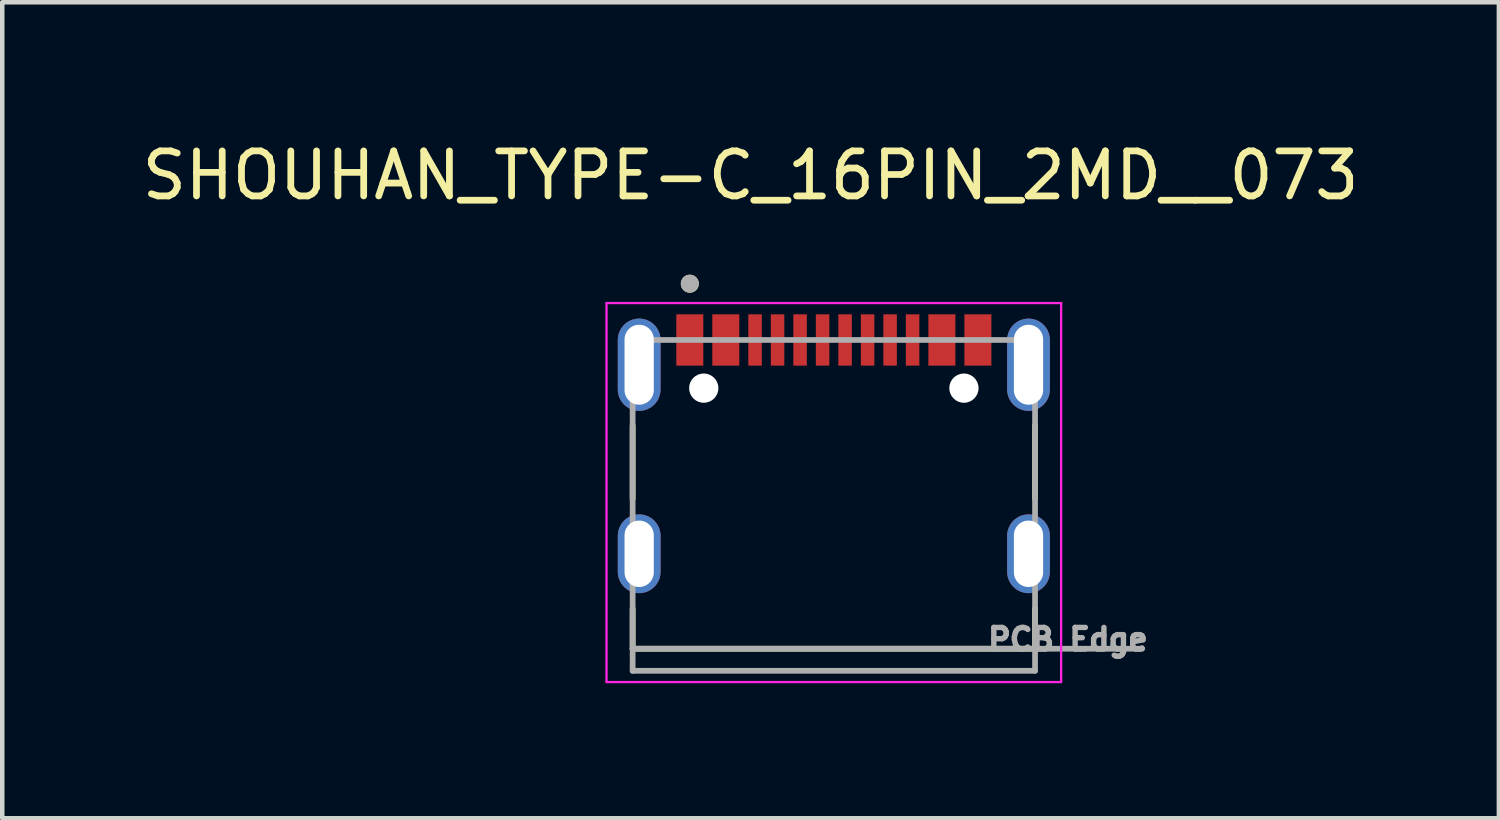
<source format=kicad_pcb>
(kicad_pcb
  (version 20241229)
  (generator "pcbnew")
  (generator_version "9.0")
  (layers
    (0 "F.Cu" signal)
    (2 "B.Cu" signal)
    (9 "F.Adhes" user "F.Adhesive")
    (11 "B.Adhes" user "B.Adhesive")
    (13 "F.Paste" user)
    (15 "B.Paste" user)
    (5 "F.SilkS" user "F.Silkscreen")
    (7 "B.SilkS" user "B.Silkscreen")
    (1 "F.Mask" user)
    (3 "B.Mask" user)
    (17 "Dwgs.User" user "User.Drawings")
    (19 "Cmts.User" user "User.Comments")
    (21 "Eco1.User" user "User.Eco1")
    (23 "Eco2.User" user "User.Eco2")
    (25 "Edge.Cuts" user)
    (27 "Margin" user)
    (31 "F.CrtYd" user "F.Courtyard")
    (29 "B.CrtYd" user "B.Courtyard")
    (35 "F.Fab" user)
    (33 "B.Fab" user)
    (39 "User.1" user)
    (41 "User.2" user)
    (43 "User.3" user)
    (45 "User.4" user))
  (footprint "SHOUHAN_TYPE-C_16PIN_2MD__073"
    (layer "F.Cu")
    (at 15.475 8.178)
    (property "Reference" "SHOUHAN_TYPE-C_16PIN_2MD__073" (at -1.85 -7.33 0) (layer "F.SilkS") (effects (font (size 1 1) (thickness 0.15))))
    (attr smd)
    (fp_poly (pts (xy -3.55 -4.295) (xy -2.85 -4.295) (xy -2.85 -3.055) (xy -3.55 -3.055)) (stroke (width 0.01) (type solid)) (fill yes) (layer "F.Mask"))
    (fp_poly (pts (xy -2.75 -4.295) (xy -2.05 -4.295) (xy -2.05 -3.055) (xy -2.75 -3.055)) (stroke (width 0.01) (type solid)) (fill yes) (layer "F.Mask"))
    (fp_poly (pts (xy -1.95 -4.295) (xy -1.55 -4.295) (xy -1.55 -3.055) (xy -1.95 -3.055)) (stroke (width 0.01) (type solid)) (fill yes) (layer "F.Mask"))
    (fp_poly (pts (xy -1.45 -4.295) (xy -1.05 -4.295) (xy -1.05 -3.055) (xy -1.45 -3.055)) (stroke (width 0.01) (type solid)) (fill yes) (layer "F.Mask"))
    (fp_poly (pts (xy -0.95 -4.295) (xy -0.55 -4.295) (xy -0.55 -3.055) (xy -0.95 -3.055)) (stroke (width 0.01) (type solid)) (fill yes) (layer "F.Mask"))
    (fp_poly (pts (xy -0.45 -4.295) (xy -0.05 -4.295) (xy -0.05 -3.055) (xy -0.45 -3.055)) (stroke (width 0.01) (type solid)) (fill yes) (layer "F.Mask"))
    (fp_poly (pts (xy 0.05 -4.295) (xy 0.45 -4.295) (xy 0.45 -3.055) (xy 0.05 -3.055)) (stroke (width 0.01) (type solid)) (fill yes) (layer "F.Mask"))
    (fp_poly (pts (xy 0.55 -4.295) (xy 0.95 -4.295) (xy 0.95 -3.055) (xy 0.55 -3.055)) (stroke (width 0.01) (type solid)) (fill yes) (layer "F.Mask"))
    (fp_poly (pts (xy 1.05 -4.295) (xy 1.45 -4.295) (xy 1.45 -3.055) (xy 1.05 -3.055)) (stroke (width 0.01) (type solid)) (fill yes) (layer "F.Mask"))
    (fp_poly (pts (xy 1.55 -4.295) (xy 1.95 -4.295) (xy 1.95 -3.055) (xy 1.55 -3.055)) (stroke (width 0.01) (type solid)) (fill yes) (layer "F.Mask"))
    (fp_poly (pts (xy 2.05 -4.295) (xy 2.75 -4.295) (xy 2.75 -3.055) (xy 2.05 -3.055)) (stroke (width 0.01) (type solid)) (fill yes) (layer "F.Mask"))
    (fp_poly (pts (xy 2.85 -4.295) (xy 3.55 -4.295) (xy 3.55 -3.055) (xy 2.85 -3.055)) (stroke (width 0.01) (type solid)) (fill yes) (layer "F.Mask"))
    (fp_line (start -4.47 -1.775) (end -4.47 -0.145) (stroke (width 0.127) (type solid)) (layer "F.SilkS"))
    (fp_line (start -4.47 3.185) (end -4.47 2.295) (stroke (width 0.127) (type solid)) (layer "F.SilkS"))
    (fp_line (start -4.47 3.185) (end 4.47 3.185) (stroke (width 0.127) (type solid)) (layer "F.SilkS"))
    (fp_line (start 4.47 -1.775) (end 4.47 -0.145) (stroke (width 0.127) (type solid)) (layer "F.SilkS"))
    (fp_line (start 4.47 3.185) (end 4.47 2.295) (stroke (width 0.127) (type solid)) (layer "F.SilkS"))
    (fp_circle (center -3.2 -4.925) (end -3.1 -4.925) (stroke (width 0.2) (type solid)) (fill no) (layer "F.SilkS"))
    (fp_line (start -5.05 -4.495) (end -5.05 3.925) (stroke (width 0.05) (type solid)) (layer "F.CrtYd"))
    (fp_line (start -5.05 3.925) (end 5.05 3.925) (stroke (width 0.05) (type solid)) (layer "F.CrtYd"))
    (fp_line (start 5.05 -4.495) (end -5.05 -4.495) (stroke (width 0.05) (type solid)) (layer "F.CrtYd"))
    (fp_line (start 5.05 3.925) (end 5.05 -4.495) (stroke (width 0.05) (type solid)) (layer "F.CrtYd"))
    (fp_line (start -4.47 -3.675) (end -4.47 3.185) (stroke (width 0.127) (type solid)) (layer "F.Fab"))
    (fp_line (start -4.47 3.185) (end -4.47 3.675) (stroke (width 0.127) (type solid)) (layer "F.Fab"))
    (fp_line (start -4.47 3.185) (end 6.85 3.185) (stroke (width 0.127) (type solid)) (layer "F.Fab"))
    (fp_line (start -4.47 3.675) (end 4.47 3.675) (stroke (width 0.127) (type solid)) (layer "F.Fab"))
    (fp_line (start 4.47 -3.675) (end -4.47 -3.675) (stroke (width 0.127) (type solid)) (layer "F.Fab"))
    (fp_line (start 4.47 3.675) (end 4.47 -3.675) (stroke (width 0.127) (type solid)) (layer "F.Fab"))
    (fp_circle (center -3.2 -4.925) (end -3.1 -4.925) (stroke (width 0.2) (type solid)) (fill no) (layer "F.Fab"))
    (fp_text user "PCB Edge" (at 5.2 2.975 0) (layer "F.Fab") (effects (font (size 0.48 0.48) (thickness 0.15))))
    (pad "" np_thru_hole circle (at -2.89 -2.605) (size 0.65 0.65) (drill 0.65) (layers "*.Cu" "*.Mask"))
    (pad "" np_thru_hole circle (at 2.89 -2.605) (size 0.65 0.65) (drill 0.65) (layers "*.Cu" "*.Mask"))
    (pad "A1" smd rect (at -3.2 -3.675) (size 0.6 1.14) (layers "F.Cu" "F.Paste"))
    (pad "A1" smd rect (at 3.2 -3.675) (size 0.6 1.14) (layers "F.Cu" "F.Paste"))
    (pad "A4" smd rect (at -2.4 -3.675) (size 0.6 1.14) (layers "F.Cu" "F.Paste"))
    (pad "A4" smd rect (at 2.4 -3.675) (size 0.6 1.14) (layers "F.Cu" "F.Paste"))
    (pad "A5" smd rect (at -1.25 -3.675) (size 0.3 1.14) (layers "F.Cu" "F.Paste"))
    (pad "A6" smd rect (at -0.25 -3.675) (size 0.3 1.14) (layers "F.Cu" "F.Paste"))
    (pad "A7" smd rect (at 0.25 -3.675) (size 0.3 1.14) (layers "F.Cu" "F.Paste"))
    (pad "A8" smd rect (at 1.25 -3.675) (size 0.3 1.14) (layers "F.Cu" "F.Paste"))
    (pad "B5" smd rect (at 1.75 -3.675) (size 0.3 1.14) (layers "F.Cu" "F.Paste"))
    (pad "B6" smd rect (at 0.75 -3.675) (size 0.3 1.14) (layers "F.Cu" "F.Paste"))
    (pad "B7" smd rect (at -0.75 -3.675) (size 0.3 1.14) (layers "F.Cu" "F.Paste"))
    (pad "B8" smd rect (at -1.75 -3.675) (size 0.3 1.14) (layers "F.Cu" "F.Paste"))
    (pad "S1" thru_hole oval (at -4.325 -3.125) (size 0.95 2.05) (drill oval 0.65 1.776) (layers "*.Cu" "*.Mask"))
    (pad "S1" thru_hole oval (at -4.325 1.075) (size 0.95 1.75) (drill oval 0.65 1.476) (layers "*.Cu" "*.Mask"))
    (pad "S1" thru_hole oval (at 4.325 -3.125) (size 0.95 2.05) (drill oval 0.65 1.776) (layers "*.Cu" "*.Mask"))
    (pad "S1" thru_hole oval (at 4.325 1.075) (size 0.95 1.75) (drill oval 0.65 1.476) (layers "*.Cu" "*.Mask")))
  (gr_rect
    (start -3 -3)
    (end 30.25 15.128)
    (stroke (width 0.1) (type default))
    (fill no)
    (layer "Edge.Cuts")))
</source>
